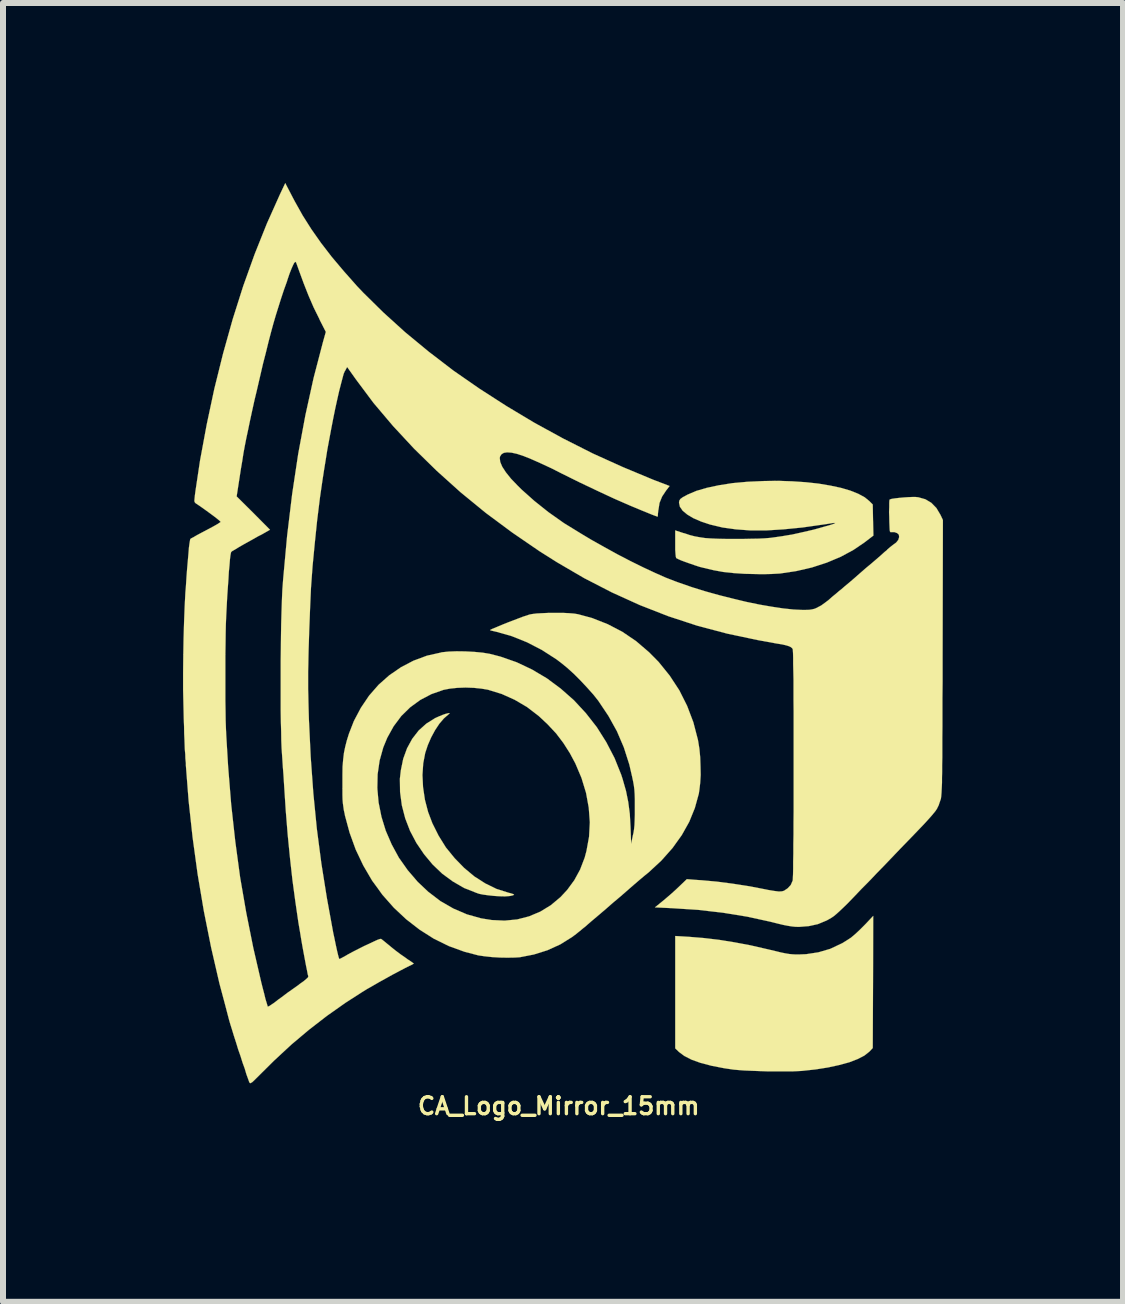
<source format=kicad_pcb>
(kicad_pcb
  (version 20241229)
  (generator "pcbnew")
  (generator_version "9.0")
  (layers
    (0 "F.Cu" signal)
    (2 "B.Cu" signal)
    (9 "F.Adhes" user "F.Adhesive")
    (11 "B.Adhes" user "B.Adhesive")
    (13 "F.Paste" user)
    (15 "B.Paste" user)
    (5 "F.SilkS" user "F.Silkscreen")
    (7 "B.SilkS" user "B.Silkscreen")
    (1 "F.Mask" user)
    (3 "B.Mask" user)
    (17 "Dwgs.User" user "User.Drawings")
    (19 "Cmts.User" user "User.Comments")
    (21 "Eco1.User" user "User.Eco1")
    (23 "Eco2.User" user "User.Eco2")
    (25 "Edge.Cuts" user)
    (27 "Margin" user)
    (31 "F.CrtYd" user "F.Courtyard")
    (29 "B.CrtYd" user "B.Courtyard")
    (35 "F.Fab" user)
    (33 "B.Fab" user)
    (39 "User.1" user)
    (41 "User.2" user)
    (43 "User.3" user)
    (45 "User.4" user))
  (footprint "CA_Logo_Mirror_15mm"
    (layer "F.Cu")
    (at 6.26 7.469)
    (property "Reference" "CA_Logo_Mirror_15mm" (at 0 7.91 0) (layer "F.SilkS") (effects (font (size 0.282 0.282) (thickness 0.056))))
    (attr through_hole)
    (fp_poly (pts (xy 1.941 6.949) (xy 2.004 7.01) (xy 2.093 7.076) (xy 2.212 7.137) (xy 2.362 7.191) (xy 2.545 7.239) (xy 2.756 7.28) (xy 2.911 7.303) (xy 2.99 7.31) (xy 3.094 7.318) (xy 3.218 7.323) (xy 3.353 7.328) (xy 3.493 7.333) (xy 3.635 7.333) (xy 3.769 7.333) (xy 3.889 7.333) (xy 3.99 7.328) (xy 4.049 7.325) (xy 4.28 7.3) (xy 4.488 7.267) (xy 4.676 7.226) (xy 4.841 7.181) (xy 4.981 7.127) (xy 5.093 7.069) (xy 5.174 7.005) (xy 5.179 7) (xy 5.232 6.944) (xy 5.237 5.845) (xy 5.24 4.742) (xy 5.103 4.887) (xy 5.014 4.976) (xy 4.938 5.047) (xy 4.869 5.105) (xy 4.798 5.151) (xy 4.724 5.197) (xy 4.719 5.199) (xy 4.524 5.291) (xy 4.326 5.349) (xy 4.122 5.38) (xy 4 5.385) (xy 3.947 5.385) (xy 3.894 5.382) (xy 3.841 5.377) (xy 3.78 5.367) (xy 3.706 5.352) (xy 3.612 5.329) (xy 3.493 5.301) (xy 3.48 5.298) (xy 3.193 5.232) (xy 2.926 5.182) (xy 2.672 5.141) (xy 2.418 5.111) (xy 2.162 5.09) (xy 2.126 5.088) (xy 1.941 5.077) (xy 1.941 6.015) (xy 1.941 6.949)) (stroke (width 0.003) (type solid)) (fill yes) (layer "F.SilkS"))
    (fp_poly (pts (xy -2.647 2.456) (xy -2.644 2.677) (xy -2.614 2.901) (xy -2.558 3.117) (xy -2.477 3.327) (xy -2.372 3.526) (xy -2.245 3.713) (xy -2.103 3.884) (xy -1.941 4.039) (xy -1.765 4.168) (xy -1.577 4.277) (xy -1.377 4.356) (xy -1.326 4.374) (xy -1.26 4.387) (xy -1.173 4.399) (xy -1.079 4.409) (xy -0.983 4.415) (xy -0.897 4.417) (xy -0.828 4.412) (xy -0.805 4.409) (xy -0.762 4.399) (xy -0.744 4.389) (xy -0.757 4.379) (xy -0.798 4.366) (xy -0.843 4.354) (xy -1.036 4.293) (xy -1.224 4.201) (xy -1.407 4.084) (xy -1.577 3.942) (xy -1.735 3.78) (xy -1.88 3.602) (xy -2.002 3.406) (xy -2.106 3.198) (xy -2.177 3.01) (xy -2.23 2.807) (xy -2.261 2.598) (xy -2.271 2.395) (xy -2.258 2.2) (xy -2.225 2.027) (xy -2.182 1.897) (xy -2.126 1.768) (xy -2.06 1.646) (xy -1.989 1.539) (xy -1.915 1.453) (xy -1.869 1.412) (xy -1.836 1.384) (xy -1.819 1.367) (xy -1.819 1.364) (xy -1.836 1.364) (xy -1.88 1.374) (xy -1.933 1.392) (xy -1.994 1.417) (xy -2.052 1.443) (xy -2.062 1.448) (xy -2.207 1.539) (xy -2.334 1.653) (xy -2.441 1.791) (xy -2.527 1.948) (xy -2.591 2.123) (xy -2.631 2.317) (xy -2.647 2.456)) (stroke (width 0.003) (type solid)) (fill yes) (layer "F.SilkS"))
    (fp_poly (pts (xy 1.941 -1.458) (xy 1.941 -1.359) (xy 1.946 -1.288) (xy 1.951 -1.242) (xy 1.958 -1.219) (xy 1.961 -1.219) (xy 1.989 -1.204) (xy 2.04 -1.181) (xy 2.108 -1.156) (xy 2.187 -1.128) (xy 2.268 -1.1) (xy 2.347 -1.074) (xy 2.416 -1.057) (xy 2.581 -1.018) (xy 2.746 -0.988) (xy 2.916 -0.97) (xy 3.099 -0.958) (xy 3.228 -0.955) (xy 3.335 -0.953) (xy 3.444 -0.953) (xy 3.543 -0.955) (xy 3.63 -0.96) (xy 3.686 -0.963) (xy 3.955 -1.003) (xy 4.219 -1.064) (xy 4.468 -1.145) (xy 4.699 -1.242) (xy 4.91 -1.356) (xy 5.09 -1.478) (xy 5.243 -1.595) (xy 5.237 -1.854) (xy 5.232 -2.113) (xy 5.176 -2.169) (xy 5.098 -2.233) (xy 4.991 -2.291) (xy 4.859 -2.344) (xy 4.702 -2.39) (xy 4.524 -2.428) (xy 4.328 -2.461) (xy 4.117 -2.484) (xy 3.894 -2.499) (xy 3.66 -2.507) (xy 3.424 -2.504) (xy 3.15 -2.492) (xy 2.896 -2.469) (xy 2.667 -2.433) (xy 2.466 -2.39) (xy 2.291 -2.339) (xy 2.144 -2.276) (xy 2.068 -2.235) (xy 2.027 -2.205) (xy 2.009 -2.177) (xy 2.004 -2.144) (xy 2.019 -2.075) (xy 2.065 -2.009) (xy 2.141 -1.946) (xy 2.243 -1.885) (xy 2.372 -1.829) (xy 2.525 -1.778) (xy 2.527 -1.778) (xy 2.728 -1.73) (xy 2.951 -1.699) (xy 3.193 -1.681) (xy 3.459 -1.681) (xy 3.747 -1.699) (xy 4.061 -1.73) (xy 4.399 -1.778) (xy 4.468 -1.788) (xy 4.529 -1.798) (xy 4.577 -1.806) (xy 4.603 -1.806) (xy 4.608 -1.806) (xy 4.597 -1.798) (xy 4.562 -1.783) (xy 4.503 -1.765) (xy 4.43 -1.745) (xy 4.343 -1.72) (xy 4.249 -1.694) (xy 4.15 -1.671) (xy 4.054 -1.649) (xy 3.96 -1.628) (xy 3.879 -1.61) (xy 3.843 -1.605) (xy 3.726 -1.585) (xy 3.622 -1.57) (xy 3.528 -1.557) (xy 3.432 -1.549) (xy 3.33 -1.544) (xy 3.213 -1.542) (xy 3.081 -1.539) (xy 2.951 -1.539) (xy 2.789 -1.539) (xy 2.652 -1.542) (xy 2.535 -1.547) (xy 2.436 -1.554) (xy 2.349 -1.567) (xy 2.266 -1.582) (xy 2.184 -1.603) (xy 2.101 -1.631) (xy 2.073 -1.638) (xy 1.941 -1.681) (xy 1.941 -1.458)) (stroke (width 0.003) (type solid)) (fill yes) (layer "F.SilkS"))
    (fp_poly (pts (xy -3.604 2.629) (xy -3.604 2.723) (xy -3.602 2.799) (xy -3.597 2.863) (xy -3.589 2.921) (xy -3.581 2.979) (xy -3.566 3.046) (xy -3.564 3.063) (xy -3.485 3.355) (xy -3.383 3.637) (xy -3.256 3.904) (xy -3.109 4.155) (xy -3.023 4.272) (xy -3.023 2.616) (xy -3.018 2.382) (xy -2.985 2.154) (xy -2.924 1.935) (xy -2.857 1.773) (xy -2.751 1.582) (xy -2.624 1.412) (xy -2.474 1.265) (xy -2.306 1.143) (xy -2.121 1.046) (xy -1.918 0.975) (xy -1.814 0.955) (xy -1.689 0.942) (xy -1.552 0.937) (xy -1.415 0.942) (xy -1.288 0.955) (xy -1.181 0.973) (xy -0.95 1.044) (xy -0.734 1.141) (xy -0.528 1.262) (xy -0.335 1.41) (xy -0.188 1.547) (xy -0.043 1.702) (xy 0.076 1.859) (xy 0.185 2.03) (xy 0.277 2.202) (xy 0.379 2.443) (xy 0.455 2.692) (xy 0.5 2.939) (xy 0.518 3.183) (xy 0.505 3.424) (xy 0.462 3.66) (xy 0.432 3.772) (xy 0.356 3.97) (xy 0.259 4.148) (xy 0.14 4.31) (xy 0.028 4.43) (xy -0.132 4.564) (xy -0.307 4.671) (xy -0.495 4.75) (xy -0.693 4.801) (xy -0.902 4.821) (xy -1.118 4.811) (xy -1.293 4.783) (xy -1.529 4.717) (xy -1.755 4.62) (xy -1.971 4.496) (xy -2.174 4.341) (xy -2.349 4.176) (xy -2.517 3.98) (xy -2.664 3.772) (xy -2.784 3.551) (xy -2.883 3.322) (xy -2.954 3.091) (xy -3.002 2.852) (xy -3.023 2.616) (xy -3.023 4.272) (xy -2.939 4.389) (xy -2.748 4.605) (xy -2.542 4.798) (xy -2.319 4.971) (xy -2.083 5.121) (xy -1.831 5.245) (xy -1.572 5.339) (xy -1.339 5.4) (xy -1.234 5.415) (xy -1.113 5.428) (xy -0.98 5.436) (xy -0.853 5.438) (xy -0.734 5.436) (xy -0.65 5.431) (xy -0.414 5.385) (xy -0.188 5.314) (xy 0.025 5.217) (xy 0.221 5.095) (xy 0.292 5.042) (xy 0.32 5.019) (xy 0.345 4.999) (xy 0.373 4.976) (xy 0.404 4.95) (xy 0.439 4.923) (xy 0.483 4.884) (xy 0.538 4.836) (xy 0.607 4.778) (xy 0.691 4.707) (xy 0.795 4.618) (xy 0.917 4.511) (xy 0.96 4.476) (xy 1.064 4.387) (xy 1.166 4.298) (xy 1.262 4.214) (xy 1.351 4.138) (xy 1.427 4.074) (xy 1.486 4.026) (xy 1.499 4.016) (xy 1.712 3.818) (xy 1.895 3.612) (xy 2.05 3.396) (xy 2.174 3.175) (xy 2.268 2.944) (xy 2.334 2.705) (xy 2.344 2.636) (xy 2.357 2.525) (xy 2.365 2.393) (xy 2.362 2.248) (xy 2.357 2.101) (xy 2.344 1.961) (xy 2.324 1.836) (xy 2.319 1.808) (xy 2.243 1.516) (xy 2.139 1.242) (xy 2.009 0.983) (xy 1.849 0.739) (xy 1.664 0.51) (xy 1.506 0.35) (xy 1.29 0.165) (xy 1.059 0.008) (xy 0.815 -0.119) (xy 0.556 -0.221) (xy 0.323 -0.284) (xy 0.257 -0.295) (xy 0.17 -0.302) (xy 0.066 -0.307) (xy -0.046 -0.307) (xy -0.16 -0.307) (xy -0.269 -0.302) (xy -0.368 -0.297) (xy -0.447 -0.287) (xy -0.488 -0.279) (xy -0.531 -0.264) (xy -0.594 -0.244) (xy -0.668 -0.216) (xy -0.749 -0.185) (xy -0.836 -0.152) (xy -0.919 -0.119) (xy -0.998 -0.086) (xy -1.064 -0.058) (xy -1.113 -0.038) (xy -1.141 -0.023) (xy -1.145 -0.02) (xy -1.128 -0.013) (xy -1.087 -0.003) (xy -1.039 0.008) (xy -0.782 0.081) (xy -0.528 0.183) (xy -0.279 0.312) (xy -0.038 0.467) (xy 0.036 0.523) (xy 0.137 0.605) (xy 0.249 0.706) (xy 0.363 0.82) (xy 0.475 0.94) (xy 0.577 1.054) (xy 0.658 1.156) (xy 0.828 1.41) (xy 0.97 1.666) (xy 1.085 1.935) (xy 1.176 2.22) (xy 1.224 2.428) (xy 1.24 2.504) (xy 1.252 2.571) (xy 1.26 2.636) (xy 1.265 2.71) (xy 1.268 2.796) (xy 1.268 2.903) (xy 1.268 2.936) (xy 1.268 3.056) (xy 1.265 3.152) (xy 1.262 3.228) (xy 1.255 3.297) (xy 1.245 3.36) (xy 1.237 3.393) (xy 1.206 3.543) (xy 1.196 3.259) (xy 1.184 3.043) (xy 1.158 2.845) (xy 1.12 2.657) (xy 1.064 2.461) (xy 1.041 2.39) (xy 0.93 2.113) (xy 0.792 1.847) (xy 0.635 1.598) (xy 0.452 1.364) (xy 0.252 1.148) (xy 0.033 0.955) (xy -0.196 0.785) (xy -0.445 0.637) (xy -0.701 0.516) (xy -0.97 0.422) (xy -1.148 0.376) (xy -1.268 0.356) (xy -1.407 0.343) (xy -1.554 0.335) (xy -1.702 0.333) (xy -1.836 0.338) (xy -1.953 0.35) (xy -1.958 0.353) (xy -2.195 0.406) (xy -2.421 0.49) (xy -2.629 0.599) (xy -2.825 0.734) (xy -3.002 0.891) (xy -3.16 1.072) (xy -3.297 1.275) (xy -3.414 1.496) (xy -3.495 1.704) (xy -3.531 1.819) (xy -3.558 1.925) (xy -3.579 2.027) (xy -3.592 2.136) (xy -3.602 2.256) (xy -3.604 2.395) (xy -3.604 2.51) (xy -3.604 2.629)) (stroke (width 0.003) (type solid)) (fill yes) (layer "F.SilkS"))
    (fp_poly (pts (xy -6.259 0.693) (xy -6.259 0.973) (xy -6.253 1.237) (xy -6.251 1.318) (xy -6.248 1.455) (xy -6.243 1.585) (xy -6.241 1.707) (xy -6.236 1.811) (xy -6.233 1.897) (xy -6.231 1.958) (xy -6.228 1.994) (xy -6.228 1.996) (xy -6.223 2.047) (xy -6.221 2.118) (xy -6.213 2.197) (xy -6.213 2.233) (xy -6.167 2.825) (xy -6.101 3.432) (xy -6.017 4.046) (xy -5.913 4.663) (xy -5.791 5.273) (xy -5.654 5.867) (xy -5.555 6.238) (xy -5.555 0.775) (xy -5.555 0.582) (xy -5.555 0.391) (xy -5.552 0.208) (xy -5.55 0.041) (xy -5.547 -0.104) (xy -5.542 -0.231) (xy -5.54 -0.274) (xy -5.532 -0.429) (xy -5.524 -0.582) (xy -5.514 -0.726) (xy -5.504 -0.866) (xy -5.497 -0.991) (xy -5.486 -1.102) (xy -5.479 -1.194) (xy -5.471 -1.262) (xy -5.463 -1.306) (xy -5.458 -1.321) (xy -5.441 -1.336) (xy -5.397 -1.361) (xy -5.342 -1.395) (xy -5.273 -1.435) (xy -5.268 -1.438) (xy -5.182 -1.486) (xy -5.09 -1.537) (xy -5.006 -1.585) (xy -4.95 -1.613) (xy -4.811 -1.692) (xy -5.088 -1.971) (xy -5.367 -2.248) (xy -5.319 -2.558) (xy -5.296 -2.708) (xy -5.273 -2.842) (xy -5.253 -2.972) (xy -5.23 -3.096) (xy -5.205 -3.223) (xy -5.176 -3.358) (xy -5.146 -3.503) (xy -5.111 -3.665) (xy -5.07 -3.851) (xy -5.034 -4) (xy -4.978 -4.242) (xy -4.928 -4.458) (xy -4.879 -4.648) (xy -4.836 -4.824) (xy -4.795 -4.981) (xy -4.755 -5.128) (xy -4.714 -5.268) (xy -4.671 -5.405) (xy -4.628 -5.542) (xy -4.58 -5.687) (xy -4.526 -5.837) (xy -4.524 -5.847) (xy -4.486 -5.959) (xy -4.453 -6.043) (xy -4.427 -6.101) (xy -4.409 -6.137) (xy -4.392 -6.154) (xy -4.387 -6.157) (xy -4.376 -6.144) (xy -4.361 -6.104) (xy -4.341 -6.048) (xy -4.316 -5.979) (xy -4.249 -5.796) (xy -4.171 -5.598) (xy -4.084 -5.397) (xy -3.99 -5.207) (xy -3.983 -5.189) (xy -3.881 -4.989) (xy -3.929 -4.818) (xy -4.084 -4.224) (xy -4.221 -3.602) (xy -4.341 -2.957) (xy -4.442 -2.286) (xy -4.526 -1.59) (xy -4.592 -0.869) (xy -4.605 -0.693) (xy -4.61 -0.584) (xy -4.615 -0.45) (xy -4.62 -0.292) (xy -4.625 -0.114) (xy -4.628 0.076) (xy -4.63 0.279) (xy -4.633 0.488) (xy -4.633 0.701) (xy -4.633 0.912) (xy -4.633 1.12) (xy -4.633 1.318) (xy -4.63 1.504) (xy -4.625 1.674) (xy -4.623 1.821) (xy -4.618 1.946) (xy -4.613 2.019) (xy -4.605 2.136) (xy -4.597 2.261) (xy -4.587 2.388) (xy -4.58 2.499) (xy -4.577 2.548) (xy -4.549 2.982) (xy -4.516 3.391) (xy -4.478 3.777) (xy -4.437 4.145) (xy -4.389 4.501) (xy -4.338 4.851) (xy -4.308 5.027) (xy -4.29 5.138) (xy -4.27 5.253) (xy -4.249 5.367) (xy -4.229 5.474) (xy -4.211 5.57) (xy -4.194 5.652) (xy -4.183 5.713) (xy -4.173 5.748) (xy -4.178 5.766) (xy -4.204 5.791) (xy -4.249 5.829) (xy -4.321 5.88) (xy -4.336 5.893) (xy -4.422 5.954) (xy -4.519 6.022) (xy -4.613 6.093) (xy -4.674 6.137) (xy -4.735 6.185) (xy -4.788 6.221) (xy -4.826 6.246) (xy -4.846 6.253) (xy -4.849 6.253) (xy -4.854 6.236) (xy -4.867 6.192) (xy -4.887 6.127) (xy -4.907 6.043) (xy -4.933 5.944) (xy -4.955 5.857) (xy -5.09 5.273) (xy -5.207 4.689) (xy -5.309 4.1) (xy -5.39 3.5) (xy -5.458 2.885) (xy -5.509 2.253) (xy -5.54 1.735) (xy -5.545 1.626) (xy -5.55 1.488) (xy -5.552 1.328) (xy -5.555 1.156) (xy -5.555 0.968) (xy -5.555 0.775) (xy -5.555 6.238) (xy -5.502 6.441) (xy -5.492 6.479) (xy -5.471 6.551) (xy -5.443 6.64) (xy -5.413 6.739) (xy -5.377 6.85) (xy -5.342 6.965) (xy -5.303 7.076) (xy -5.268 7.188) (xy -5.232 7.287) (xy -5.205 7.379) (xy -5.179 7.45) (xy -5.161 7.501) (xy -5.149 7.526) (xy -5.136 7.529) (xy -5.105 7.511) (xy -5.062 7.47) (xy -5.039 7.447) (xy -4.745 7.155) (xy -4.455 6.886) (xy -4.163 6.64) (xy -3.863 6.408) (xy -3.554 6.19) (xy -3.274 6.01) (xy -3.195 5.961) (xy -3.096 5.905) (xy -2.987 5.842) (xy -2.873 5.779) (xy -2.758 5.715) (xy -2.652 5.659) (xy -2.56 5.611) (xy -2.489 5.575) (xy -2.487 5.575) (xy -2.446 5.555) (xy -2.421 5.54) (xy -2.416 5.535) (xy -2.431 5.524) (xy -2.466 5.499) (xy -2.517 5.466) (xy -2.558 5.436) (xy -2.636 5.382) (xy -2.72 5.319) (xy -2.796 5.258) (xy -2.817 5.24) (xy -2.87 5.197) (xy -2.916 5.159) (xy -2.949 5.133) (xy -2.959 5.126) (xy -2.977 5.126) (xy -3.02 5.141) (xy -3.081 5.169) (xy -3.157 5.205) (xy -3.244 5.245) (xy -3.335 5.291) (xy -3.429 5.339) (xy -3.518 5.387) (xy -3.548 5.405) (xy -3.599 5.433) (xy -3.637 5.453) (xy -3.655 5.461) (xy -3.66 5.453) (xy -3.668 5.428) (xy -3.68 5.382) (xy -3.696 5.314) (xy -3.716 5.222) (xy -3.741 5.1) (xy -3.757 5.027) (xy -3.863 4.447) (xy -3.955 3.871) (xy -4.031 3.289) (xy -4.089 2.7) (xy -4.133 2.093) (xy -4.163 1.466) (xy -4.168 1.29) (xy -4.171 1.173) (xy -4.173 1.064) (xy -4.176 0.965) (xy -4.176 0.869) (xy -4.176 0.772) (xy -4.176 0.671) (xy -4.173 0.561) (xy -4.171 0.445) (xy -4.168 0.31) (xy -4.163 0.16) (xy -4.158 -0.01) (xy -4.15 -0.208) (xy -4.143 -0.394) (xy -4.128 -0.729) (xy -4.102 -1.085) (xy -4.066 -1.46) (xy -4.026 -1.847) (xy -3.978 -2.235) (xy -3.937 -2.517) (xy -3.912 -2.68) (xy -3.884 -2.852) (xy -3.856 -3.028) (xy -3.823 -3.205) (xy -3.79 -3.381) (xy -3.757 -3.551) (xy -3.724 -3.713) (xy -3.691 -3.863) (xy -3.66 -4) (xy -3.63 -4.117) (xy -3.604 -4.216) (xy -3.584 -4.29) (xy -3.564 -4.336) (xy -3.561 -4.338) (xy -3.526 -4.404) (xy -3.378 -4.196) (xy -3.086 -3.805) (xy -2.761 -3.421) (xy -2.41 -3.043) (xy -2.034 -2.675) (xy -1.636 -2.317) (xy -1.217 -1.974) (xy -0.775 -1.646) (xy -0.318 -1.333) (xy -0.033 -1.153) (xy 0.424 -0.886) (xy 0.886 -0.648) (xy 1.351 -0.437) (xy 1.824 -0.252) (xy 2.306 -0.094) (xy 2.804 0.038) (xy 3.32 0.147) (xy 3.627 0.203) (xy 3.721 0.218) (xy 3.79 0.234) (xy 3.838 0.249) (xy 3.868 0.264) (xy 3.889 0.282) (xy 3.899 0.297) (xy 3.901 0.318) (xy 3.904 0.368) (xy 3.906 0.445) (xy 3.906 0.546) (xy 3.909 0.668) (xy 3.912 0.81) (xy 3.912 0.97) (xy 3.912 1.145) (xy 3.914 1.333) (xy 3.914 1.532) (xy 3.914 1.737) (xy 3.914 1.948) (xy 3.914 2.162) (xy 3.914 2.377) (xy 3.914 2.591) (xy 3.914 2.799) (xy 3.914 3.002) (xy 3.912 3.198) (xy 3.912 3.381) (xy 3.909 3.548) (xy 3.909 3.703) (xy 3.906 3.838) (xy 3.906 3.952) (xy 3.904 4.046) (xy 3.901 4.112) (xy 3.899 4.15) (xy 3.896 4.158) (xy 3.866 4.227) (xy 3.815 4.282) (xy 3.754 4.323) (xy 3.719 4.333) (xy 3.668 4.336) (xy 3.589 4.326) (xy 3.48 4.308) (xy 3.459 4.303) (xy 3.18 4.249) (xy 2.903 4.206) (xy 2.634 4.171) (xy 2.38 4.148) (xy 2.301 4.143) (xy 2.134 4.13) (xy 2.017 4.242) (xy 1.956 4.3) (xy 1.88 4.369) (xy 1.801 4.437) (xy 1.753 4.478) (xy 1.603 4.6) (xy 1.88 4.613) (xy 2.317 4.641) (xy 2.736 4.689) (xy 3.142 4.755) (xy 3.526 4.839) (xy 3.645 4.869) (xy 3.741 4.892) (xy 3.818 4.907) (xy 3.881 4.917) (xy 3.937 4.923) (xy 3.99 4.925) (xy 4.006 4.925) (xy 4.168 4.912) (xy 4.318 4.879) (xy 4.465 4.818) (xy 4.506 4.795) (xy 4.544 4.773) (xy 4.585 4.745) (xy 4.628 4.709) (xy 4.679 4.663) (xy 4.74 4.605) (xy 4.813 4.534) (xy 4.902 4.442) (xy 5.006 4.333) (xy 5.044 4.293) (xy 5.116 4.221) (xy 5.202 4.133) (xy 5.301 4.028) (xy 5.408 3.919) (xy 5.517 3.805) (xy 5.624 3.693) (xy 5.684 3.63) (xy 5.817 3.493) (xy 5.928 3.378) (xy 6.02 3.282) (xy 6.098 3.2) (xy 6.16 3.132) (xy 6.21 3.076) (xy 6.248 3.03) (xy 6.279 2.992) (xy 6.302 2.957) (xy 6.317 2.926) (xy 6.332 2.896) (xy 6.342 2.863) (xy 6.355 2.827) (xy 6.358 2.817) (xy 6.363 2.804) (xy 6.368 2.789) (xy 6.37 2.771) (xy 6.373 2.748) (xy 6.375 2.723) (xy 6.378 2.687) (xy 6.38 2.644) (xy 6.383 2.588) (xy 6.386 2.522) (xy 6.386 2.441) (xy 6.388 2.344) (xy 6.388 2.233) (xy 6.391 2.101) (xy 6.391 1.951) (xy 6.391 1.778) (xy 6.393 1.582) (xy 6.393 1.361) (xy 6.393 1.115) (xy 6.396 0.838) (xy 6.396 0.533) (xy 6.396 0.432) (xy 6.401 -1.854) (xy 6.36 -1.941) (xy 6.292 -2.055) (xy 6.208 -2.141) (xy 6.109 -2.2) (xy 5.992 -2.233) (xy 5.946 -2.238) (xy 5.893 -2.238) (xy 5.824 -2.235) (xy 5.748 -2.23) (xy 5.672 -2.223) (xy 5.603 -2.215) (xy 5.55 -2.207) (xy 5.517 -2.197) (xy 5.514 -2.195) (xy 5.509 -2.177) (xy 5.507 -2.134) (xy 5.507 -2.068) (xy 5.504 -1.986) (xy 5.507 -1.915) (xy 5.509 -1.816) (xy 5.512 -1.745) (xy 5.514 -1.699) (xy 5.517 -1.669) (xy 5.524 -1.656) (xy 5.532 -1.651) (xy 5.542 -1.653) (xy 5.593 -1.653) (xy 5.639 -1.636) (xy 5.667 -1.61) (xy 5.672 -1.57) (xy 5.657 -1.522) (xy 5.621 -1.478) (xy 5.601 -1.463) (xy 5.573 -1.443) (xy 5.527 -1.407) (xy 5.476 -1.364) (xy 5.469 -1.354) (xy 5.428 -1.321) (xy 5.37 -1.268) (xy 5.296 -1.204) (xy 5.21 -1.13) (xy 5.116 -1.052) (xy 5.022 -0.97) (xy 4.93 -0.889) (xy 4.844 -0.815) (xy 4.768 -0.752) (xy 4.707 -0.699) (xy 4.671 -0.671) (xy 4.62 -0.627) (xy 4.559 -0.577) (xy 4.501 -0.526) (xy 4.496 -0.521) (xy 4.435 -0.475) (xy 4.371 -0.429) (xy 4.313 -0.399) (xy 4.31 -0.396) (xy 4.265 -0.376) (xy 4.224 -0.366) (xy 4.176 -0.358) (xy 4.112 -0.356) (xy 4.056 -0.356) (xy 3.912 -0.363) (xy 3.741 -0.381) (xy 3.554 -0.409) (xy 3.345 -0.445) (xy 3.127 -0.49) (xy 2.903 -0.544) (xy 2.672 -0.602) (xy 2.446 -0.665) (xy 2.223 -0.734) (xy 2.009 -0.808) (xy 1.941 -0.833) (xy 1.783 -0.894) (xy 1.605 -0.973) (xy 1.41 -1.064) (xy 1.199 -1.168) (xy 0.983 -1.28) (xy 0.762 -1.402) (xy 0.541 -1.526) (xy 0.379 -1.623) (xy 0.086 -1.803) (xy -0.173 -1.986) (xy -0.406 -2.172) (xy -0.617 -2.36) (xy -0.681 -2.423) (xy -0.795 -2.542) (xy -0.881 -2.649) (xy -0.942 -2.743) (xy -0.975 -2.822) (xy -0.983 -2.888) (xy -0.978 -2.913) (xy -0.953 -2.951) (xy -0.914 -2.974) (xy -0.861 -2.982) (xy -0.787 -2.977) (xy -0.696 -2.957) (xy -0.587 -2.921) (xy -0.455 -2.868) (xy -0.3 -2.799) (xy -0.119 -2.715) (xy 0.046 -2.631) (xy 0.353 -2.479) (xy 0.648 -2.339) (xy 0.925 -2.21) (xy 1.181 -2.098) (xy 1.399 -2.007) (xy 1.481 -1.974) (xy 1.549 -1.946) (xy 1.605 -1.925) (xy 1.638 -1.913) (xy 1.646 -1.91) (xy 1.651 -1.923) (xy 1.653 -1.963) (xy 1.659 -2.017) (xy 1.661 -2.024) (xy 1.679 -2.139) (xy 1.722 -2.245) (xy 1.791 -2.349) (xy 1.798 -2.357) (xy 1.847 -2.421) (xy 1.575 -2.525) (xy 1.069 -2.736) (xy 0.569 -2.962) (xy 0.076 -3.211) (xy -0.401 -3.472) (xy -0.869 -3.752) (xy -1.323 -4.044) (xy -1.758 -4.346) (xy -2.169 -4.661) (xy -2.56 -4.984) (xy -2.924 -5.314) (xy -3.261 -5.646) (xy -3.358 -5.748) (xy -3.581 -6) (xy -3.782 -6.238) (xy -3.962 -6.472) (xy -4.122 -6.7) (xy -4.267 -6.929) (xy -4.399 -7.165) (xy -4.437 -7.237) (xy -4.557 -7.468) (xy -4.648 -7.275) (xy -4.864 -6.792) (xy -5.067 -6.284) (xy -5.258 -5.751) (xy -5.433 -5.199) (xy -5.593 -4.628) (xy -5.738 -4.044) (xy -5.865 -3.449) (xy -5.977 -2.845) (xy -6.038 -2.438) (xy -6.053 -2.337) (xy -6.063 -2.263) (xy -6.068 -2.212) (xy -6.071 -2.177) (xy -6.068 -2.156) (xy -6.06 -2.144) (xy -6.053 -2.136) (xy -6.05 -2.134) (xy -5.974 -2.083) (xy -5.895 -2.027) (xy -5.822 -1.974) (xy -5.753 -1.923) (xy -5.697 -1.88) (xy -5.657 -1.847) (xy -5.636 -1.826) (xy -5.634 -1.821) (xy -5.649 -1.811) (xy -5.687 -1.786) (xy -5.745 -1.753) (xy -5.817 -1.714) (xy -5.883 -1.679) (xy -5.961 -1.638) (xy -6.032 -1.6) (xy -6.088 -1.567) (xy -6.127 -1.547) (xy -6.139 -1.537) (xy -6.144 -1.516) (xy -6.152 -1.468) (xy -6.162 -1.395) (xy -6.17 -1.295) (xy -6.18 -1.179) (xy -6.192 -1.044) (xy -6.203 -0.897) (xy -6.213 -0.739) (xy -6.221 -0.645) (xy -6.233 -0.411) (xy -6.243 -0.15) (xy -6.251 0.122) (xy -6.256 0.406) (xy -6.259 0.693)) (stroke (width 0.003) (type solid)) (fill yes) (layer "F.SilkS")))
  (gr_rect
    (start -3 -3)
    (end 15.662 18.641)
    (stroke (width 0.1) (type default))
    (fill no)
    (layer "Edge.Cuts")))
</source>
